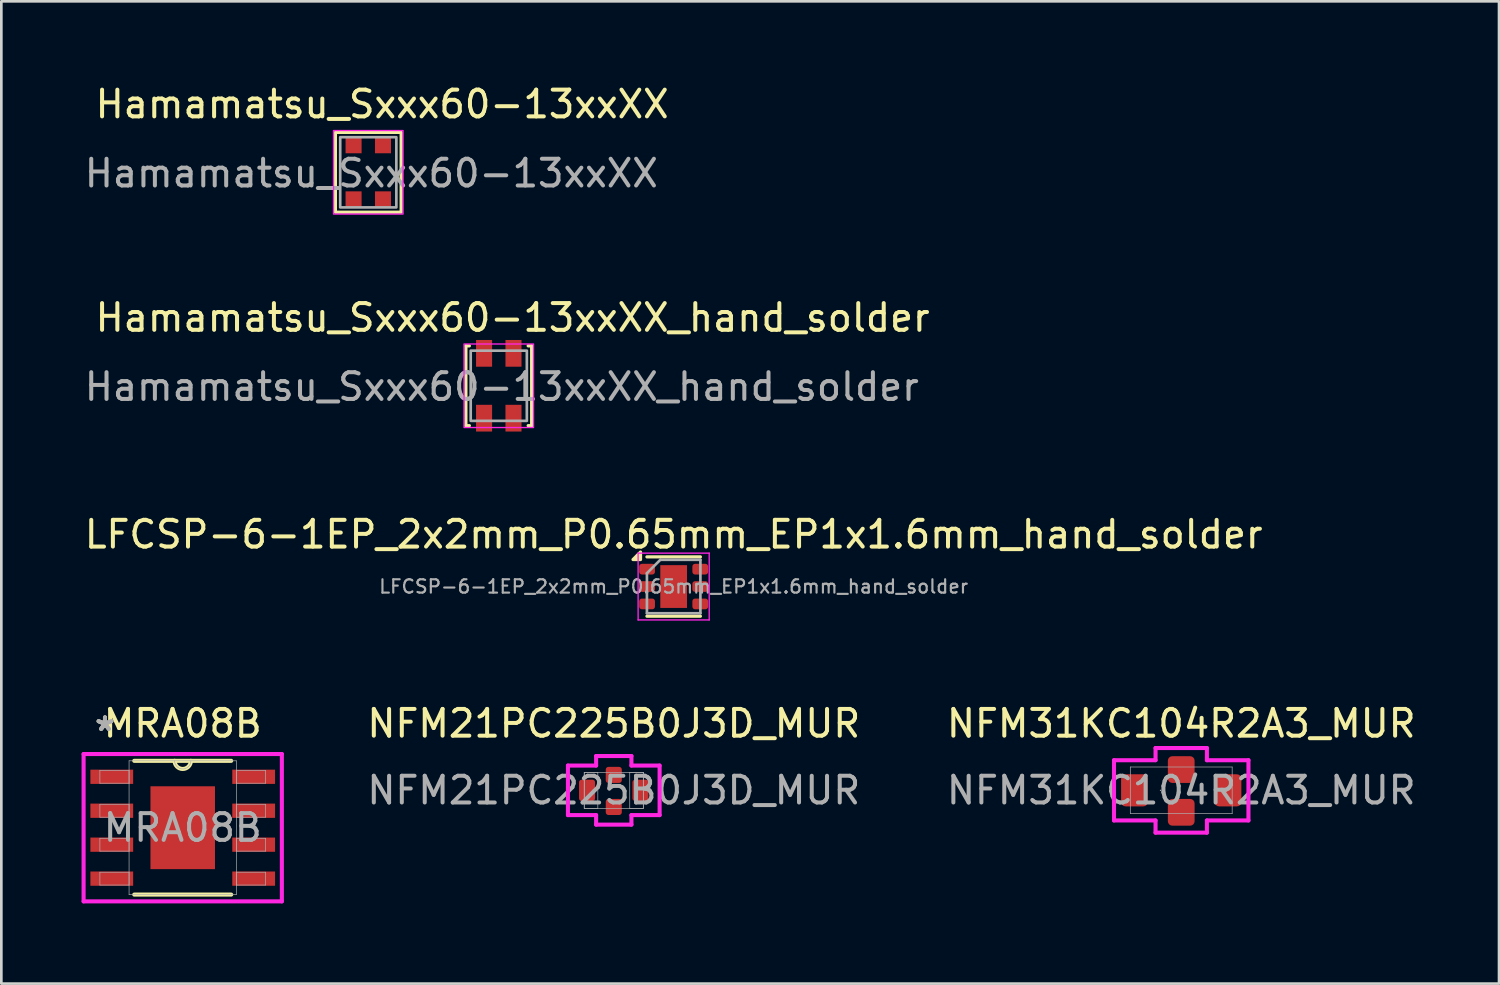
<source format=kicad_pcb>
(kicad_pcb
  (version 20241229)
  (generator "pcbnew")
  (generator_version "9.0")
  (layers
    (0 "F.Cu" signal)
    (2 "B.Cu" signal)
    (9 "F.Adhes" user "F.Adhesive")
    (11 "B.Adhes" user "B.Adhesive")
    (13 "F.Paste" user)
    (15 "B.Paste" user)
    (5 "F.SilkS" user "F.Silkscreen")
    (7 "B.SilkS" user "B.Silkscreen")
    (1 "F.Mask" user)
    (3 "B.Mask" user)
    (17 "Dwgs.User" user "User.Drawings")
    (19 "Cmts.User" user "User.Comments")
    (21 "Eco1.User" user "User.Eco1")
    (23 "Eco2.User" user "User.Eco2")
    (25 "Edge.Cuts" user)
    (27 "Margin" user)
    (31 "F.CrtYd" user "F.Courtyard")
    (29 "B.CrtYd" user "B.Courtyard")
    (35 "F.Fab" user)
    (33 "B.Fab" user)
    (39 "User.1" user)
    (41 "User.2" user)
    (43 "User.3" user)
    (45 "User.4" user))
  (footprint "Hamamatsu_Sxxx60-13xxXX"
    (layer "F.Cu")
    (at 11.276 4.408)
    (property "Reference" "Hamamatsu_Sxxx60-13xxXX" (at -0.032 -3.56 180) (layer "F.SilkS") (effects (font (size 1 1) (thickness 0.15))))
    (attr smd)
    (fp_rect (start -1.78 -2.505) (end 0.68 0.48) (stroke (width 0.12) (type default)) (fill no) (layer "F.SilkS"))
    (fp_rect (start -1.85 -2.575) (end 0.75 0.55) (stroke (width 0.05) (type default)) (fill no) (layer "F.CrtYd"))
    (fp_rect (start -1.6 -2.325) (end 0.5 0.3) (stroke (width 0.1) (type default)) (fill no) (layer "F.Fab"))
    (fp_text user "${REFERENCE}" (at -0.437 -0.975 0) (layer "F.Fab") (effects (font (size 1 1) (thickness 0.15))))
    (pad "1" smd custom (at 0 0) (size 0.6 0.6) (layers "F.Cu" "F.Mask" "F.Paste") (options (anchor rect)) (primitives))
    (pad "2" smd custom (at 0 -2.025) (size 0.6 0.6) (layers "F.Cu" "F.Mask" "F.Paste") (options (anchor rect)) (primitives))
    (pad "3" smd custom (at -1.1 -2.025) (size 0.6 0.6) (layers "F.Cu" "F.Mask" "F.Paste") (options (anchor rect)) (primitives))
    (pad "4" smd custom (at -1.1 0) (size 0.6 0.6) (layers "F.Cu" "F.Mask" "F.Paste") (options (anchor rect)) (primitives)))
  (footprint "Hamamatsu_Sxxx60-13xxXX_hand_solder"
    (layer "F.Cu")
    (at 16.157 12.392)
    (property "Reference" "Hamamatsu_Sxxx60-13xxXX_hand_solder" (at -0.032 -3.56 180) (layer "F.SilkS") (effects (font (size 1 1) (thickness 0.15))))
    (attr smd)
    (fp_line (start -1.78 -2.505) (end -1.78 0.48) (stroke (width 0.12) (type default)) (layer "F.SilkS"))
    (fp_line (start -1.65 -2.505) (end -1.78 -2.505) (stroke (width 0.12) (type default)) (layer "F.SilkS"))
    (fp_line (start -1.65 0.48) (end -1.78 0.48) (stroke (width 0.12) (type default)) (layer "F.SilkS"))
    (fp_line (start 0.55 -2.505) (end 0.68 -2.505) (stroke (width 0.12) (type default)) (layer "F.SilkS"))
    (fp_line (start 0.55 0.48) (end 0.68 0.48) (stroke (width 0.12) (type default)) (layer "F.SilkS"))
    (fp_line (start 0.68 0.48) (end 0.68 -2.505) (stroke (width 0.12) (type default)) (layer "F.SilkS"))
    (fp_rect (start -1.85 -2.575) (end 0.75 0.55) (stroke (width 0.05) (type default)) (fill no) (layer "F.CrtYd"))
    (fp_rect (start -1.6 -2.325) (end 0.5 0.3) (stroke (width 0.1) (type default)) (fill no) (layer "F.Fab"))
    (fp_text user "${REFERENCE}" (at -0.437 -0.975 0) (layer "F.Fab") (effects (font (size 1 1) (thickness 0.15))))
    (pad "1" smd custom (at 0 0.2) (size 0.6 1) (layers "F.Cu" "F.Mask" "F.Paste") (options (anchor rect)) (primitives))
    (pad "2" smd custom (at 0 -2.225) (size 0.6 1) (layers "F.Cu" "F.Mask" "F.Paste") (options (anchor rect)) (primitives))
    (pad "3" smd custom (at -1.1 -2.225) (size 0.6 1) (layers "F.Cu" "F.Mask" "F.Paste") (options (anchor rect)) (primitives))
    (pad "4" smd custom (at -1.1 0.2) (size 0.6 1) (layers "F.Cu" "F.Mask" "F.Paste") (options (anchor rect)) (primitives)))
  (footprint "NFM21PC225B0J3D_MUR"
    (layer "F.Cu")
    (at 18.909 26.513)
    (property "Reference" "NFM21PC225B0J3D_MUR" (at 1 -2.5 0) (unlocked yes) (layer "F.SilkS") (effects (font (size 1 1) (thickness 0.15))))
    (attr smd)
    (fp_line (start -0.715 -0.927) (end 0.339 -0.927) (stroke (width 0.152) (type solid)) (layer "F.CrtYd"))
    (fp_line (start -0.715 0.927) (end -0.715 -0.927) (stroke (width 0.152) (type solid)) (layer "F.CrtYd"))
    (fp_line (start -0.715 0.927) (end 0.339 0.927) (stroke (width 0.152) (type solid)) (layer "F.CrtYd"))
    (fp_line (start 0.339 -1.283) (end 1.66 -1.283) (stroke (width 0.152) (type solid)) (layer "F.CrtYd"))
    (fp_line (start 0.339 -0.927) (end 0.339 -1.283) (stroke (width 0.152) (type solid)) (layer "F.CrtYd"))
    (fp_line (start 0.339 0.927) (end 0.339 1.283) (stroke (width 0.152) (type solid)) (layer "F.CrtYd"))
    (fp_line (start 0.339 1.283) (end 1.66 1.283) (stroke (width 0.152) (type solid)) (layer "F.CrtYd"))
    (fp_line (start 1.66 -0.927) (end 1.66 -1.283) (stroke (width 0.152) (type solid)) (layer "F.CrtYd"))
    (fp_line (start 1.66 0.927) (end 1.66 1.283) (stroke (width 0.152) (type solid)) (layer "F.CrtYd"))
    (fp_line (start 2.714 -0.927) (end 1.66 -0.927) (stroke (width 0.152) (type solid)) (layer "F.CrtYd"))
    (fp_line (start 2.714 0.927) (end 1.66 0.927) (stroke (width 0.152) (type solid)) (layer "F.CrtYd"))
    (fp_line (start 2.714 0.927) (end 2.714 -0.927) (stroke (width 0.152) (type solid)) (layer "F.CrtYd"))
    (fp_line (start -0.105 -0.673) (end -0.105 0.673) (stroke (width 0.025) (type solid)) (layer "F.Fab"))
    (fp_line (start -0.105 -0.673) (end -0.105 0.673) (stroke (width 0.025) (type solid)) (layer "F.Fab"))
    (fp_line (start -0.105 0.673) (end 0.403 0.673) (stroke (width 0.025) (type solid)) (layer "F.Fab"))
    (fp_line (start -0.105 0.673) (end 2.105 0.673) (stroke (width 0.025) (type solid)) (layer "F.Fab"))
    (fp_line (start 0.403 -0.673) (end -0.105 -0.673) (stroke (width 0.025) (type solid)) (layer "F.Fab"))
    (fp_line (start 0.403 0.673) (end 0.403 -0.673) (stroke (width 0.025) (type solid)) (layer "F.Fab"))
    (fp_line (start 1.597 -0.673) (end 1.597 0.673) (stroke (width 0.025) (type solid)) (layer "F.Fab"))
    (fp_line (start 1.597 0.673) (end 2.105 0.673) (stroke (width 0.025) (type solid)) (layer "F.Fab"))
    (fp_line (start 2.105 -0.673) (end -0.105 -0.673) (stroke (width 0.025) (type solid)) (layer "F.Fab"))
    (fp_line (start 2.105 -0.673) (end 1.597 -0.673) (stroke (width 0.025) (type solid)) (layer "F.Fab"))
    (fp_line (start 2.105 0.673) (end 2.105 -0.673) (stroke (width 0.025) (type solid)) (layer "F.Fab"))
    (fp_line (start 2.105 0.673) (end 2.105 -0.673) (stroke (width 0.025) (type solid)) (layer "F.Fab"))
    (fp_circle (center 0.225 0) (end 0.225 0) (stroke (width 0.025) (type solid)) (fill no) (layer "F.Fab"))
    (fp_text user "${REFERENCE}" (at 1 0 0) (unlocked yes) (layer "F.Fab") (effects (font (size 1 1) (thickness 0.15))))
    (pad "1" smd roundrect (at 0 0) (size 0.6 0.8) (layers "F.Cu" "F.Mask" "F.Paste") (roundrect_rratio 0.167))
    (pad "2" smd roundrect (at 1 -0.577) (size 0.6 0.6) (layers "F.Cu" "F.Mask" "F.Paste") (roundrect_rratio 0.167))
    (pad "2" smd roundrect (at 1 0.622) (size 0.6 0.6) (layers "F.Cu" "F.Mask" "F.Paste") (roundrect_rratio 0.167))
    (pad "3" smd roundrect (at 1.999 0) (size 0.6 0.8) (layers "F.Cu" "F.Mask" "F.Paste") (roundrect_rratio 0.167)))
  (footprint "MRA08B"
    (layer "F.Cu")
    (at 3.785 27.911)
    (property "Reference" "MRA08B" (at -0.001 -3.898 0) (unlocked yes) (layer "F.SilkS") (effects (font (size 1 1) (thickness 0.15))))
    (attr smd)
    (fp_line (start -1.813 2.502) (end 1.813 2.502) (stroke (width 0.152) (type solid)) (layer "F.SilkS"))
    (fp_line (start 1.813 -2.502) (end -1.813 -2.502) (stroke (width 0.152) (type solid)) (layer "F.SilkS"))
    (fp_arc (start 0.3048 -2.5019) (mid 0 -2.1971) (end -0.3048 -2.5019) (stroke (width 0.1524) (type solid)) (layer "F.SilkS"))
    (fp_poly (pts (xy -1.107 -1.449) (xy -1.107 -0.1) (xy 1.107 -0.1) (xy 1.107 -1.449)) (stroke (width 0) (type solid)) (fill yes) (layer "F.Paste"))
    (fp_poly (pts (xy -1.107 0.1) (xy -1.107 1.449) (xy 1.107 1.449) (xy 1.107 0.1)) (stroke (width 0) (type solid)) (fill yes) (layer "F.Paste"))
    (fp_line (start -3.708 -2.756) (end 3.708 -2.756) (stroke (width 0.152) (type solid)) (layer "F.CrtYd"))
    (fp_line (start -3.708 2.756) (end -3.708 -2.756) (stroke (width 0.152) (type solid)) (layer "F.CrtYd"))
    (fp_line (start 3.708 -2.756) (end 3.708 2.756) (stroke (width 0.152) (type solid)) (layer "F.CrtYd"))
    (fp_line (start 3.708 2.756) (end -3.708 2.756) (stroke (width 0.152) (type solid)) (layer "F.CrtYd"))
    (fp_line (start -3.099 -2.146) (end -3.099 -1.664) (stroke (width 0.025) (type solid)) (layer "F.Fab"))
    (fp_line (start -3.099 -1.664) (end -2.007 -1.664) (stroke (width 0.025) (type solid)) (layer "F.Fab"))
    (fp_line (start -3.099 -0.876) (end -3.099 -0.394) (stroke (width 0.025) (type solid)) (layer "F.Fab"))
    (fp_line (start -3.099 -0.394) (end -2.007 -0.394) (stroke (width 0.025) (type solid)) (layer "F.Fab"))
    (fp_line (start -3.099 0.394) (end -3.099 0.876) (stroke (width 0.025) (type solid)) (layer "F.Fab"))
    (fp_line (start -3.099 0.876) (end -2.007 0.876) (stroke (width 0.025) (type solid)) (layer "F.Fab"))
    (fp_line (start -3.099 1.664) (end -3.099 2.146) (stroke (width 0.025) (type solid)) (layer "F.Fab"))
    (fp_line (start -3.099 2.146) (end -2.007 2.146) (stroke (width 0.025) (type solid)) (layer "F.Fab"))
    (fp_line (start -2.007 -2.502) (end -2.007 2.502) (stroke (width 0.025) (type solid)) (layer "F.Fab"))
    (fp_line (start -2.007 -2.146) (end -3.099 -2.146) (stroke (width 0.025) (type solid)) (layer "F.Fab"))
    (fp_line (start -2.007 -1.664) (end -2.007 -2.146) (stroke (width 0.025) (type solid)) (layer "F.Fab"))
    (fp_line (start -2.007 -0.876) (end -3.099 -0.876) (stroke (width 0.025) (type solid)) (layer "F.Fab"))
    (fp_line (start -2.007 -0.394) (end -2.007 -0.876) (stroke (width 0.025) (type solid)) (layer "F.Fab"))
    (fp_line (start -2.007 0.394) (end -3.099 0.394) (stroke (width 0.025) (type solid)) (layer "F.Fab"))
    (fp_line (start -2.007 0.876) (end -2.007 0.394) (stroke (width 0.025) (type solid)) (layer "F.Fab"))
    (fp_line (start -2.007 1.664) (end -3.099 1.664) (stroke (width 0.025) (type solid)) (layer "F.Fab"))
    (fp_line (start -2.007 2.146) (end -2.007 1.664) (stroke (width 0.025) (type solid)) (layer "F.Fab"))
    (fp_line (start -2.007 2.502) (end 2.007 2.502) (stroke (width 0.025) (type solid)) (layer "F.Fab"))
    (fp_line (start 2.007 -2.502) (end -2.007 -2.502) (stroke (width 0.025) (type solid)) (layer "F.Fab"))
    (fp_line (start 2.007 -2.146) (end 2.007 -1.664) (stroke (width 0.025) (type solid)) (layer "F.Fab"))
    (fp_line (start 2.007 -1.664) (end 3.099 -1.664) (stroke (width 0.025) (type solid)) (layer "F.Fab"))
    (fp_line (start 2.007 -0.876) (end 2.007 -0.394) (stroke (width 0.025) (type solid)) (layer "F.Fab"))
    (fp_line (start 2.007 -0.394) (end 3.099 -0.394) (stroke (width 0.025) (type solid)) (layer "F.Fab"))
    (fp_line (start 2.007 0.394) (end 2.007 0.876) (stroke (width 0.025) (type solid)) (layer "F.Fab"))
    (fp_line (start 2.007 0.876) (end 3.099 0.876) (stroke (width 0.025) (type solid)) (layer "F.Fab"))
    (fp_line (start 2.007 1.664) (end 2.007 2.146) (stroke (width 0.025) (type solid)) (layer "F.Fab"))
    (fp_line (start 2.007 2.146) (end 3.099 2.146) (stroke (width 0.025) (type solid)) (layer "F.Fab"))
    (fp_line (start 2.007 2.502) (end 2.007 -2.502) (stroke (width 0.025) (type solid)) (layer "F.Fab"))
    (fp_line (start 3.099 -2.146) (end 2.007 -2.146) (stroke (width 0.025) (type solid)) (layer "F.Fab"))
    (fp_line (start 3.099 -1.664) (end 3.099 -2.146) (stroke (width 0.025) (type solid)) (layer "F.Fab"))
    (fp_line (start 3.099 -0.876) (end 2.007 -0.876) (stroke (width 0.025) (type solid)) (layer "F.Fab"))
    (fp_line (start 3.099 -0.394) (end 3.099 -0.876) (stroke (width 0.025) (type solid)) (layer "F.Fab"))
    (fp_line (start 3.099 0.394) (end 2.007 0.394) (stroke (width 0.025) (type solid)) (layer "F.Fab"))
    (fp_line (start 3.099 0.876) (end 3.099 0.394) (stroke (width 0.025) (type solid)) (layer "F.Fab"))
    (fp_line (start 3.099 1.664) (end 2.007 1.664) (stroke (width 0.025) (type solid)) (layer "F.Fab"))
    (fp_line (start 3.099 2.146) (end 3.099 1.664) (stroke (width 0.025) (type solid)) (layer "F.Fab"))
    (fp_arc (start 0.3048 -2.5019) (mid 0 -2.1971) (end -0.3048 -2.5019) (stroke (width 0.0254) (type solid)) (layer "F.Fab"))
    (fp_text user "*" (at -2.908 -3.581 0) (layer "F.SilkS") (effects (font (size 1 1) (thickness 0.15))))
    (fp_text user "${REFERENCE}" (at 0 0 0) (unlocked yes) (layer "F.Fab") (effects (font (size 1 1) (thickness 0.15))))
    (fp_text user "*" (at -2.908 -3.581 0) (layer "F.Fab") (effects (font (size 1 1) (thickness 0.15))))
    (fp_text user "*" (at -2.908 -3.581 0) (unlocked yes) (layer "F.Fab") (effects (font (size 1 1) (thickness 0.15))))
    (pad "1" smd rect (at -2.654 -1.905) (size 1.6 0.533) (layers "F.Cu" "F.Mask" "F.Paste"))
    (pad "2" smd rect (at -2.654 -0.635) (size 1.6 0.533) (layers "F.Cu" "F.Mask" "F.Paste"))
    (pad "3" smd rect (at -2.654 0.635) (size 1.6 0.533) (layers "F.Cu" "F.Mask" "F.Paste"))
    (pad "4" smd rect (at -2.654 1.905) (size 1.6 0.533) (layers "F.Cu" "F.Mask" "F.Paste"))
    (pad "5" smd rect (at 2.654 1.905) (size 1.6 0.533) (layers "F.Cu" "F.Mask" "F.Paste"))
    (pad "6" smd rect (at 2.654 0.635) (size 1.6 0.533) (layers "F.Cu" "F.Mask" "F.Paste"))
    (pad "7" smd rect (at 2.654 -0.635) (size 1.6 0.533) (layers "F.Cu" "F.Mask" "F.Paste"))
    (pad "8" smd rect (at 2.654 -1.905) (size 1.6 0.533) (layers "F.Cu" "F.Mask" "F.Paste"))
    (pad "9" smd rect (at 0 0) (size 2.413 3.099) (layers "F.Cu" "F.Mask")))
  (footprint "LFCSP-6-1EP_2x2mm_P0.65mm_EP1x1.6mm_hand_solder"
    (layer "F.Cu")
    (at 22.149 18.89)
    (property "Reference" "LFCSP-6-1EP_2x2mm_P0.65mm_EP1x1.6mm_hand_solder" (at 0 -1.95 0) (layer "F.SilkS") (effects (font (size 1 1) (thickness 0.15))))
    (attr smd)
    (fp_line (start -1 -1.11) (end 1 -1.11) (stroke (width 0.12) (type solid)) (layer "F.SilkS"))
    (fp_line (start -1 1.11) (end 1 1.11) (stroke (width 0.12) (type solid)) (layer "F.SilkS"))
    (fp_poly (pts (xy -1.24 -1.01) (xy -1.52 -1.01) (xy -1.24 -1.29) (xy -1.24 -1.01)) (stroke (width 0.12) (type solid)) (fill yes) (layer "F.SilkS"))
    (fp_line (start -1.33 -1.25) (end -1.33 1.25) (stroke (width 0.05) (type solid)) (layer "F.CrtYd"))
    (fp_line (start -1.33 1.25) (end 1.33 1.25) (stroke (width 0.05) (type solid)) (layer "F.CrtYd"))
    (fp_line (start 1.33 -1.25) (end -1.33 -1.25) (stroke (width 0.05) (type solid)) (layer "F.CrtYd"))
    (fp_line (start 1.33 1.25) (end 1.33 -1.25) (stroke (width 0.05) (type solid)) (layer "F.CrtYd"))
    (fp_line (start -1 -0.5) (end -0.5 -1) (stroke (width 0.1) (type solid)) (layer "F.Fab"))
    (fp_line (start -1 1) (end -1 -0.5) (stroke (width 0.1) (type solid)) (layer "F.Fab"))
    (fp_line (start -0.5 -1) (end 1 -1) (stroke (width 0.1) (type solid)) (layer "F.Fab"))
    (fp_line (start 1 -1) (end 1 1) (stroke (width 0.1) (type solid)) (layer "F.Fab"))
    (fp_line (start 1 1) (end -1 1) (stroke (width 0.1) (type solid)) (layer "F.Fab"))
    (fp_text user "${REFERENCE}" (at 0 0 0) (layer "F.Fab") (effects (font (size 0.5 0.5) (thickness 0.08))))
    (pad "" smd roundrect (at -0.25 -0.4) (size 0.4 0.64) (layers "F.Paste") (roundrect_rratio 0.25))
    (pad "" smd roundrect (at -0.25 0.4) (size 0.4 0.64) (layers "F.Paste") (roundrect_rratio 0.25))
    (pad "" smd roundrect (at 0.25 -0.4) (size 0.4 0.64) (layers "F.Paste") (roundrect_rratio 0.25))
    (pad "" smd roundrect (at 0.25 0.4) (size 0.4 0.64) (layers "F.Paste") (roundrect_rratio 0.25))
    (pad "1" smd roundrect (at -0.994 -0.65) (size 0.588 0.4) (layers "F.Cu" "F.Mask" "F.Paste") (roundrect_rratio 0.25))
    (pad "2" smd roundrect (at -0.994 0) (size 0.588 0.4) (layers "F.Cu" "F.Mask" "F.Paste") (roundrect_rratio 0.25))
    (pad "3" smd roundrect (at -0.994 0.65) (size 0.588 0.4) (layers "F.Cu" "F.Mask" "F.Paste") (roundrect_rratio 0.25))
    (pad "4" smd roundrect (at 0.994 0.65) (size 0.588 0.4) (layers "F.Cu" "F.Mask" "F.Paste") (roundrect_rratio 0.25))
    (pad "5" smd roundrect (at 0.994 0) (size 0.588 0.4) (layers "F.Cu" "F.Mask" "F.Paste") (roundrect_rratio 0.25))
    (pad "6" smd roundrect (at 0.994 -0.65) (size 0.588 0.4) (layers "F.Cu" "F.Mask" "F.Paste") (roundrect_rratio 0.25))
    (pad "7" smd rect (at 0 0) (size 1 1.6) (property pad_prop_heatsink) (layers "F.Cu" "F.Mask")))
  (footprint "NFM31KC104R2A3_MUR"
    (layer "F.Cu")
    (at 40.135 26.513)
    (property "Reference" "NFM31KC104R2A3_MUR" (at 1 -2.5 0) (unlocked yes) (layer "F.SilkS") (effects (font (size 1 1) (thickness 0.15))))
    (attr smd)
    (fp_line (start -1.515 -1.127) (end 0.039 -1.127) (stroke (width 0.152) (type solid)) (layer "F.CrtYd"))
    (fp_line (start -1.515 1.127) (end -1.515 -1.127) (stroke (width 0.152) (type solid)) (layer "F.CrtYd"))
    (fp_line (start -1.515 1.127) (end 0.039 1.127) (stroke (width 0.152) (type solid)) (layer "F.CrtYd"))
    (fp_line (start 0.039 -1.583) (end 1.96 -1.583) (stroke (width 0.152) (type solid)) (layer "F.CrtYd"))
    (fp_line (start 0.039 -1.127) (end 0.039 -1.583) (stroke (width 0.152) (type solid)) (layer "F.CrtYd"))
    (fp_line (start 0.039 1.127) (end 0.039 1.583) (stroke (width 0.152) (type solid)) (layer "F.CrtYd"))
    (fp_line (start 0.039 1.583) (end 1.96 1.583) (stroke (width 0.152) (type solid)) (layer "F.CrtYd"))
    (fp_line (start 1.96 -1.127) (end 1.96 -1.583) (stroke (width 0.152) (type solid)) (layer "F.CrtYd"))
    (fp_line (start 1.96 1.127) (end 1.96 1.583) (stroke (width 0.152) (type solid)) (layer "F.CrtYd"))
    (fp_line (start 3.514 -1.127) (end 1.96 -1.127) (stroke (width 0.152) (type solid)) (layer "F.CrtYd"))
    (fp_line (start 3.514 1.127) (end 1.96 1.127) (stroke (width 0.152) (type solid)) (layer "F.CrtYd"))
    (fp_line (start 3.514 1.127) (end 3.514 -1.127) (stroke (width 0.152) (type solid)) (layer "F.CrtYd"))
    (fp_line (start -0.905 -0.873) (end -0.905 0.873) (stroke (width 0.025) (type solid)) (layer "F.Fab"))
    (fp_line (start -0.905 0.873) (end 2.905 0.873) (stroke (width 0.025) (type solid)) (layer "F.Fab"))
    (fp_line (start 2.905 -0.873) (end -0.905 -0.873) (stroke (width 0.025) (type solid)) (layer "F.Fab"))
    (fp_line (start 2.905 0.873) (end 2.905 -0.873) (stroke (width 0.025) (type solid)) (layer "F.Fab"))
    (fp_circle (center 0.225 0) (end 0.225 0) (stroke (width 0.025) (type solid)) (fill no) (layer "F.Fab"))
    (fp_text user "${REFERENCE}" (at 1 0 0) (unlocked yes) (layer "F.Fab") (effects (font (size 1 1) (thickness 0.15))))
    (pad "1" smd roundrect (at -0.75 0) (size 1 1.2) (layers "F.Cu" "F.Mask" "F.Paste") (roundrect_rratio 0.167))
    (pad "2" smd roundrect (at 1 -0.777) (size 1 1) (layers "F.Cu" "F.Mask" "F.Paste") (roundrect_rratio 0.167))
    (pad "2" smd roundrect (at 1 0.822) (size 1 1) (layers "F.Cu" "F.Mask" "F.Paste") (roundrect_rratio 0.167))
    (pad "3" smd roundrect (at 2.749 0) (size 1 1.2) (layers "F.Cu" "F.Mask" "F.Paste") (roundrect_rratio 0.167)))
  (gr_rect
    (start -3 -3)
    (end 53.022 33.743)
    (stroke (width 0.1) (type default))
    (fill no)
    (layer "Edge.Cuts")))
</source>
